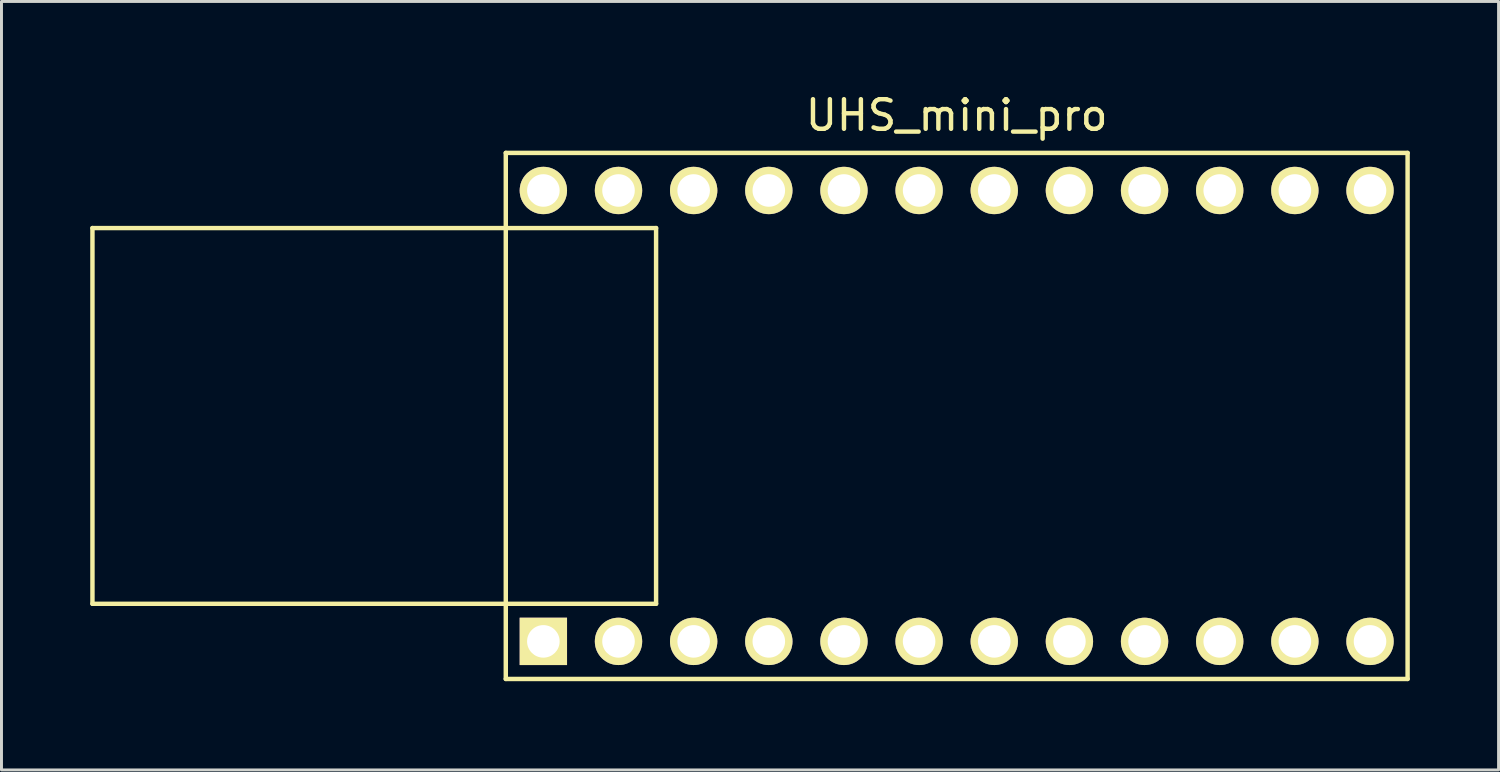
<source format=kicad_pcb>
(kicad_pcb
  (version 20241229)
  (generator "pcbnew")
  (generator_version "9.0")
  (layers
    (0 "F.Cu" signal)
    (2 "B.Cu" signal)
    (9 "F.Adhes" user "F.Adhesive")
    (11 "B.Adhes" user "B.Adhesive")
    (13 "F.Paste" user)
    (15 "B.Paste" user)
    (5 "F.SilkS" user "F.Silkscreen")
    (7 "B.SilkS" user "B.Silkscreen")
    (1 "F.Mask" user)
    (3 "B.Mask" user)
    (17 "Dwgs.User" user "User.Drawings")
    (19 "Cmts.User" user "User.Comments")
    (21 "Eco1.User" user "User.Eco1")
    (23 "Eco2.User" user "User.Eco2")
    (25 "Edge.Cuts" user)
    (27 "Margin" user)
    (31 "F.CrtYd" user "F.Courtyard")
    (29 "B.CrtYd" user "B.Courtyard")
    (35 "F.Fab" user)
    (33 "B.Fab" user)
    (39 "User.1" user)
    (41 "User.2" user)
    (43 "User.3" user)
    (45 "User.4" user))
  (footprint "UHS_mini_pro"
    (layer "F.Cu")
    (at 29.285 11.008)
    (property "Reference" "UHS_mini_pro" (at 0 -10.16 0) (layer "F.SilkS") (effects (font (size 1 1) (thickness 0.15))))
    (attr through_hole)
    (fp_line (start -29.21 -6.35) (end -29.21 6.35) (stroke (width 0.15) (type solid)) (layer "F.SilkS"))
    (fp_line (start -29.21 6.35) (end -10.16 6.35) (stroke (width 0.15) (type solid)) (layer "F.SilkS"))
    (fp_line (start -15.24 -8.89) (end 15.24 -8.89) (stroke (width 0.15) (type solid)) (layer "F.SilkS"))
    (fp_line (start -15.24 8.89) (end -15.24 -8.89) (stroke (width 0.15) (type solid)) (layer "F.SilkS"))
    (fp_line (start -15.24 8.89) (end 15.24 8.89) (stroke (width 0.15) (type solid)) (layer "F.SilkS"))
    (fp_line (start -10.16 -6.35) (end -29.21 -6.35) (stroke (width 0.15) (type solid)) (layer "F.SilkS"))
    (fp_line (start -10.16 -6.35) (end -10.16 6.35) (stroke (width 0.15) (type solid)) (layer "F.SilkS"))
    (fp_line (start 15.24 -8.89) (end 15.24 8.89) (stroke (width 0.15) (type solid)) (layer "F.SilkS"))
    (pad "1" thru_hole rect (at -13.97 7.62) (size 1.6 1.6) (drill 1.1) (layers "*.Cu" "*.Mask" "F.SilkS"))
    (pad "2" thru_hole circle (at -11.43 7.62) (size 1.6 1.6) (drill 1.1) (layers "*.Cu" "*.Mask" "F.SilkS"))
    (pad "3" thru_hole circle (at -8.89 7.62) (size 1.6 1.6) (drill 1.1) (layers "*.Cu" "*.Mask" "F.SilkS"))
    (pad "4" thru_hole circle (at -6.35 7.62) (size 1.6 1.6) (drill 1.1) (layers "*.Cu" "*.Mask" "F.SilkS"))
    (pad "5" thru_hole circle (at -3.81 7.62) (size 1.6 1.6) (drill 1.1) (layers "*.Cu" "*.Mask" "F.SilkS"))
    (pad "6" thru_hole circle (at -1.27 7.62) (size 1.6 1.6) (drill 1.1) (layers "*.Cu" "*.Mask" "F.SilkS"))
    (pad "7" thru_hole circle (at 1.27 7.62) (size 1.6 1.6) (drill 1.1) (layers "*.Cu" "*.Mask" "F.SilkS"))
    (pad "8" thru_hole circle (at 3.81 7.62) (size 1.6 1.6) (drill 1.1) (layers "*.Cu" "*.Mask" "F.SilkS"))
    (pad "9" thru_hole circle (at 6.35 7.62) (size 1.6 1.6) (drill 1.1) (layers "*.Cu" "*.Mask" "F.SilkS"))
    (pad "10" thru_hole circle (at 8.89 7.62) (size 1.6 1.6) (drill 1.1) (layers "*.Cu" "*.Mask" "F.SilkS"))
    (pad "11" thru_hole circle (at 11.43 7.62) (size 1.6 1.6) (drill 1.1) (layers "*.Cu" "*.Mask" "F.SilkS"))
    (pad "12" thru_hole circle (at 13.97 7.62) (size 1.6 1.6) (drill 1.1) (layers "*.Cu" "*.Mask" "F.SilkS"))
    (pad "13" thru_hole circle (at 13.97 -7.62) (size 1.6 1.6) (drill 1.1) (layers "*.Cu" "*.Mask" "F.SilkS"))
    (pad "14" thru_hole circle (at 11.43 -7.62) (size 1.6 1.6) (drill 1.1) (layers "*.Cu" "*.Mask" "F.SilkS"))
    (pad "15" thru_hole circle (at 8.89 -7.62) (size 1.6 1.6) (drill 1.1) (layers "*.Cu" "*.Mask" "F.SilkS"))
    (pad "16" thru_hole circle (at 6.35 -7.62) (size 1.6 1.6) (drill 1.1) (layers "*.Cu" "*.Mask" "F.SilkS"))
    (pad "17" thru_hole circle (at 3.81 -7.62) (size 1.6 1.6) (drill 1.1) (layers "*.Cu" "*.Mask" "F.SilkS"))
    (pad "18" thru_hole circle (at 1.27 -7.62) (size 1.6 1.6) (drill 1.1) (layers "*.Cu" "*.Mask" "F.SilkS"))
    (pad "19" thru_hole circle (at -1.27 -7.62) (size 1.6 1.6) (drill 1.1) (layers "*.Cu" "*.Mask" "F.SilkS"))
    (pad "20" thru_hole circle (at -3.81 -7.62) (size 1.6 1.6) (drill 1.1) (layers "*.Cu" "*.Mask" "F.SilkS"))
    (pad "21" thru_hole circle (at -6.35 -7.62) (size 1.6 1.6) (drill 1.1) (layers "*.Cu" "*.Mask" "F.SilkS"))
    (pad "22" thru_hole circle (at -8.89 -7.62) (size 1.6 1.6) (drill 1.1) (layers "*.Cu" "*.Mask" "F.SilkS"))
    (pad "23" thru_hole circle (at -11.43 -7.62) (size 1.6 1.6) (drill 1.1) (layers "*.Cu" "*.Mask" "F.SilkS"))
    (pad "24" thru_hole circle (at -13.97 -7.62) (size 1.6 1.6) (drill 1.1) (layers "*.Cu" "*.Mask" "F.SilkS")))
  (gr_rect
    (start -3 -3)
    (end 47.6 22.973)
    (stroke (width 0.1) (type default))
    (fill no)
    (layer "Edge.Cuts")))
</source>
